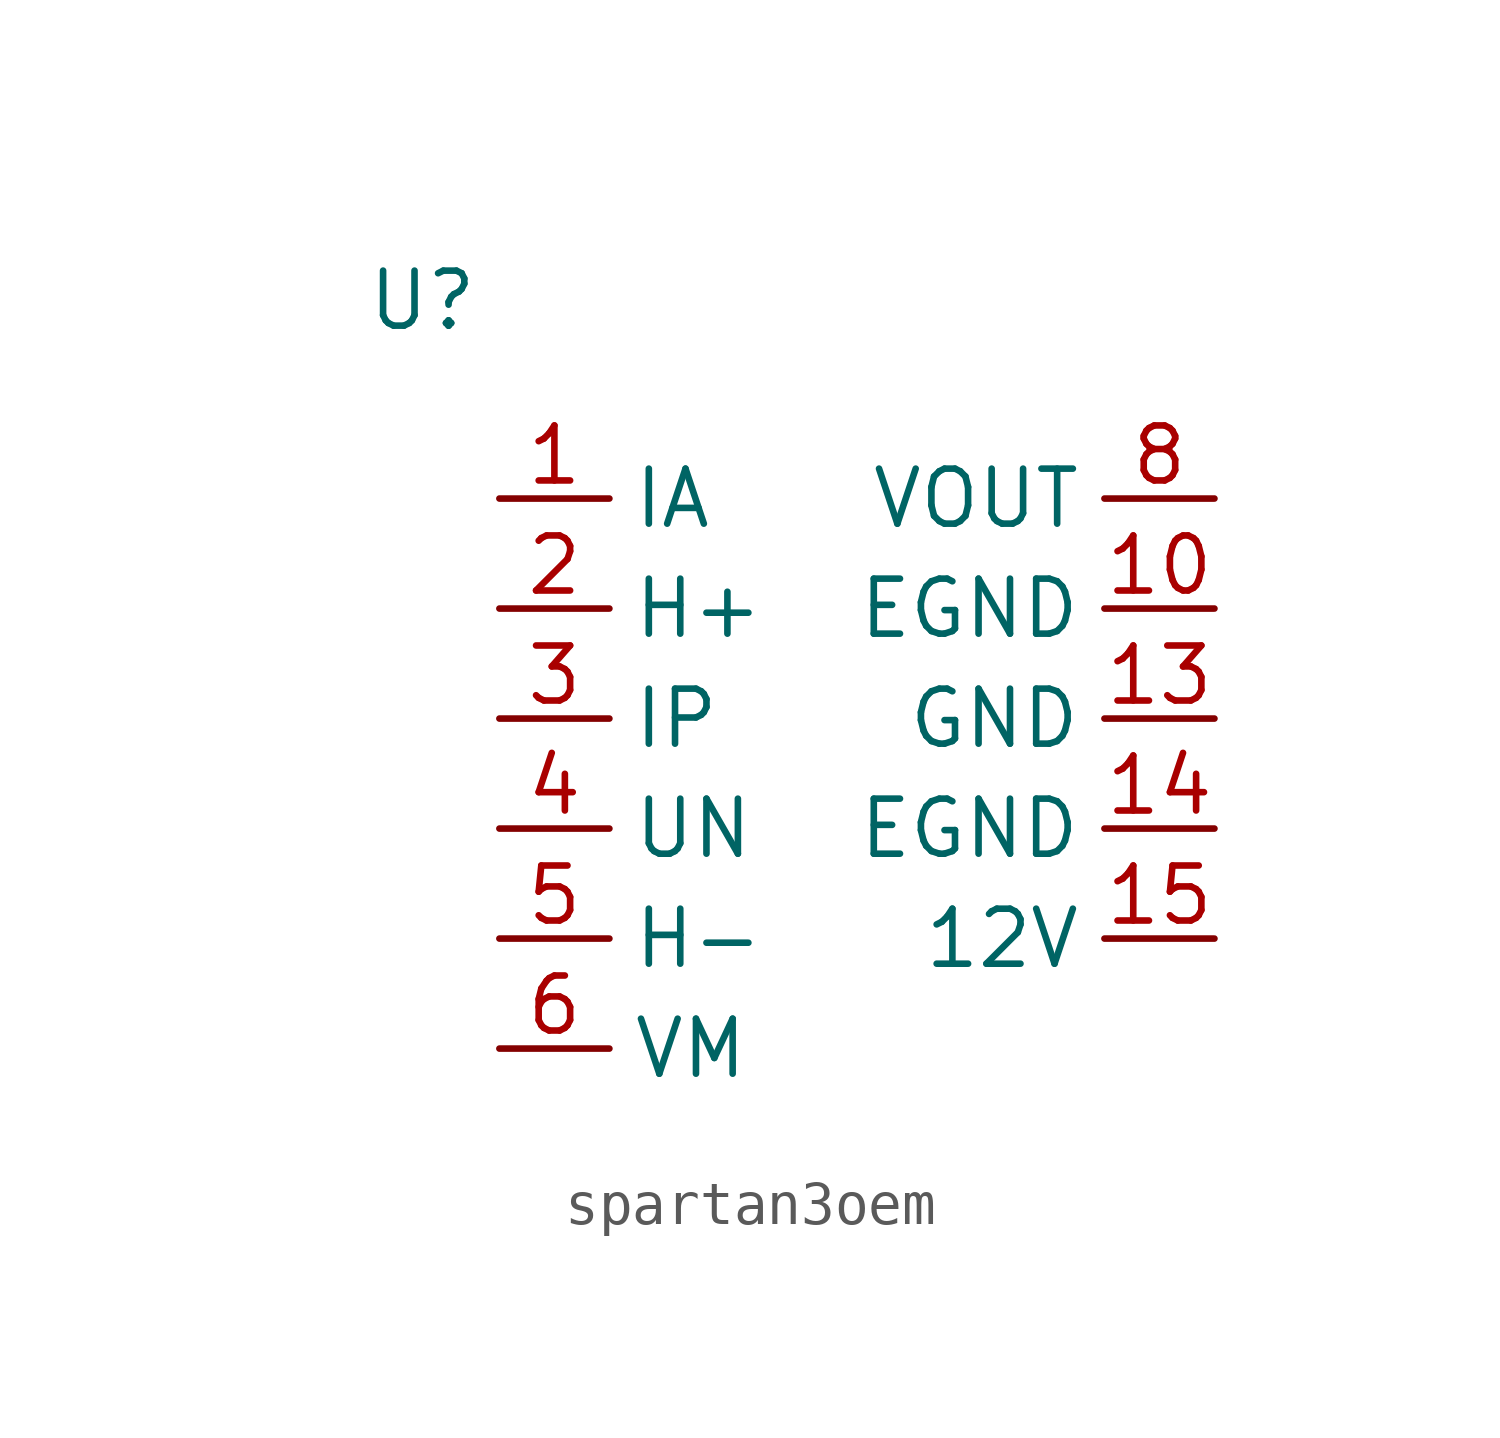
<source format=kicad_sym>
(kicad_symbol_lib
  (version 20241209)
  (generator "kicad_symbol_editor")
  (generator_version "9.0")
  (symbol "spartan3oem"
    (property "Reference" "U"
      (at 3.302 8.382 0)
      (effects (font (size 1.27 1.27))))
    (property "Value" ""
      (at 0 0 0)
      (effects (font (size 1.27 1.27))))
    (symbol "spartan3oem_1_1"
      (pin input line (at 5.08 3.81 0) (length 2.54) (name "IA" (effects (font (size 1.27 1.27)))) (number "1" (effects (font (size 1.27 1.27)))))
      (pin input line (at 5.08 1.27 0) (length 2.54) (name "H+" (effects (font (size 1.27 1.27)))) (number "2" (effects (font (size 1.27 1.27)))))
      (pin input line (at 5.08 -1.27 0) (length 2.54) (name "IP" (effects (font (size 1.27 1.27)))) (number "3" (effects (font (size 1.27 1.27)))))
      (pin input line (at 5.08 -3.81 0) (length 2.54) (name "UN" (effects (font (size 1.27 1.27)))) (number "4" (effects (font (size 1.27 1.27)))))
      (pin input line (at 5.08 -6.35 0) (length 2.54) (name "H-" (effects (font (size 1.27 1.27)))) (number "5" (effects (font (size 1.27 1.27)))))
      (pin input line (at 5.08 -8.89 0) (length 2.54) (name "VM" (effects (font (size 1.27 1.27)))) (number "6" (effects (font (size 1.27 1.27)))))
      (pin output line (at 21.59 3.81 180) (length 2.54) (name "VOUT" (effects (font (size 1.27 1.27)))) (number "8" (effects (font (size 1.27 1.27)))))
      (pin bidirectional line (at 21.59 1.27 180) (length 2.54) (name "EGND" (effects (font (size 1.27 1.27)))) (number "10" (effects (font (size 1.27 1.27)))))
      (pin bidirectional line (at 21.59 -1.27 180) (length 2.54) (name "GND" (effects (font (size 1.27 1.27)))) (number "13" (effects (font (size 1.27 1.27)))))
      (pin bidirectional line (at 21.59 -3.81 180) (length 2.54) (name "EGND" (effects (font (size 1.27 1.27)))) (number "14" (effects (font (size 1.27 1.27)))))
      (pin bidirectional line (at 21.59 -6.35 180) (length 2.54) (name "12V" (effects (font (size 1.27 1.27)))) (number "15" (effects (font (size 1.27 1.27))))))))
</source>
